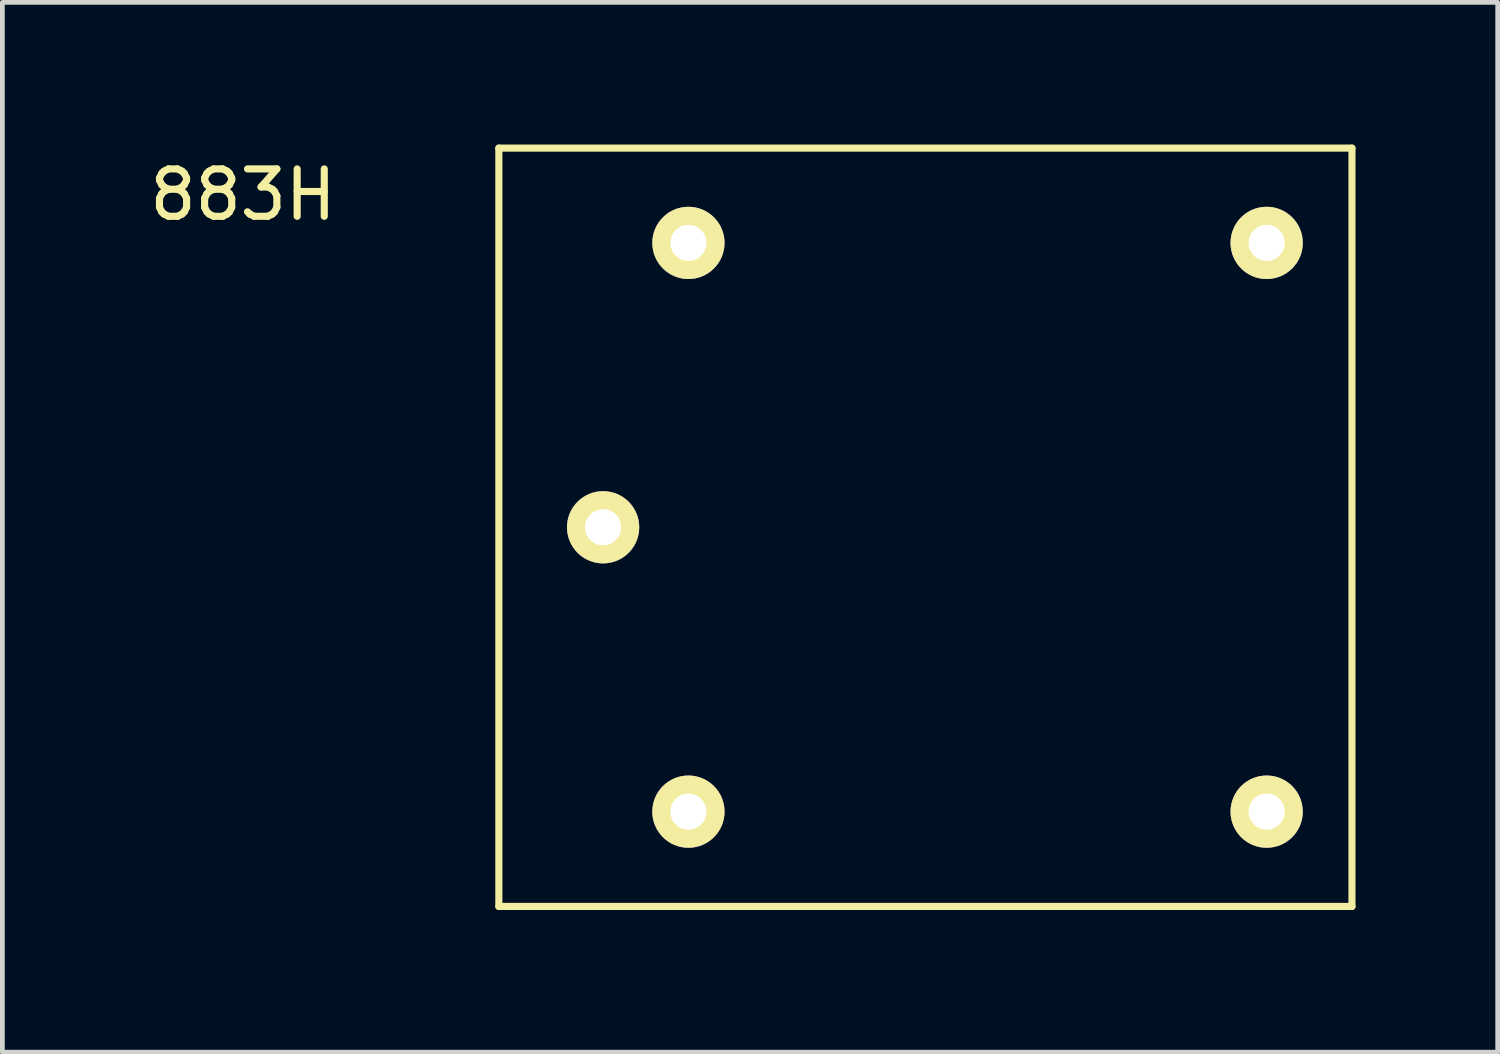
<source format=kicad_pcb>
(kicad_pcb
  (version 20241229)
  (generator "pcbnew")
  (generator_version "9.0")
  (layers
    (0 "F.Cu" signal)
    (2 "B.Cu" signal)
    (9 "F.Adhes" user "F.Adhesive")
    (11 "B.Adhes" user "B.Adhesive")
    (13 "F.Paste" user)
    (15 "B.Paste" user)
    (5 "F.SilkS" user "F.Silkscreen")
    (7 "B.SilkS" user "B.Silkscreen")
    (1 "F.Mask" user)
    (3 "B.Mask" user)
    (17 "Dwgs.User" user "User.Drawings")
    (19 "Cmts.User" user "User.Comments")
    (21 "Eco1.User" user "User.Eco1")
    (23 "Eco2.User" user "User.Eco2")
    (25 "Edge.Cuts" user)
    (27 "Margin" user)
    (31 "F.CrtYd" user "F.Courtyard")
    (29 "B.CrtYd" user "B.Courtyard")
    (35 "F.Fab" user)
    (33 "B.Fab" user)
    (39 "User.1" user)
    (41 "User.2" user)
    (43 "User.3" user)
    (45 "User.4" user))
  (footprint "883H"
    (layer "F.Cu")
    (at 11.475 2.075)
    (property "Reference" "883H" (at -9.398 -1.016 0) (layer "F.SilkS") (effects (font (size 1 1) (thickness 0.15))))
    (attr through_hole)
    (fp_line (start -4 -2) (end 14 -2) (stroke (width 0.15) (type solid)) (layer "F.SilkS"))
    (fp_line (start -4 14) (end -4 -2) (stroke (width 0.15) (type solid)) (layer "F.SilkS"))
    (fp_line (start 14 -2) (end 14 14) (stroke (width 0.15) (type solid)) (layer "F.SilkS"))
    (fp_line (start 14 14) (end -4 14) (stroke (width 0.15) (type solid)) (layer "F.SilkS"))
    (pad "11" thru_hole circle (at -1.8 6) (size 1.524 1.524) (drill 0.762) (layers "*.Cu" "*.Mask" "F.SilkS"))
    (pad "12" thru_hole circle (at 12.2 12) (size 1.524 1.524) (drill 0.762) (layers "*.Cu" "*.Mask" "F.SilkS"))
    (pad "14" thru_hole circle (at 12.2 0) (size 1.524 1.524) (drill 0.762) (layers "*.Cu" "*.Mask" "F.SilkS"))
    (pad "A1" thru_hole circle (at 0 0) (size 1.524 1.524) (drill 0.762) (layers "*.Cu" "*.Mask" "F.SilkS"))
    (pad "A2" thru_hole circle (at 0 12) (size 1.524 1.524) (drill 0.762) (layers "*.Cu" "*.Mask" "F.SilkS")))
  (gr_rect
    (start -3 -3)
    (end 28.55 19.15)
    (stroke (width 0.1) (type default))
    (fill no)
    (layer "Edge.Cuts")))
</source>
